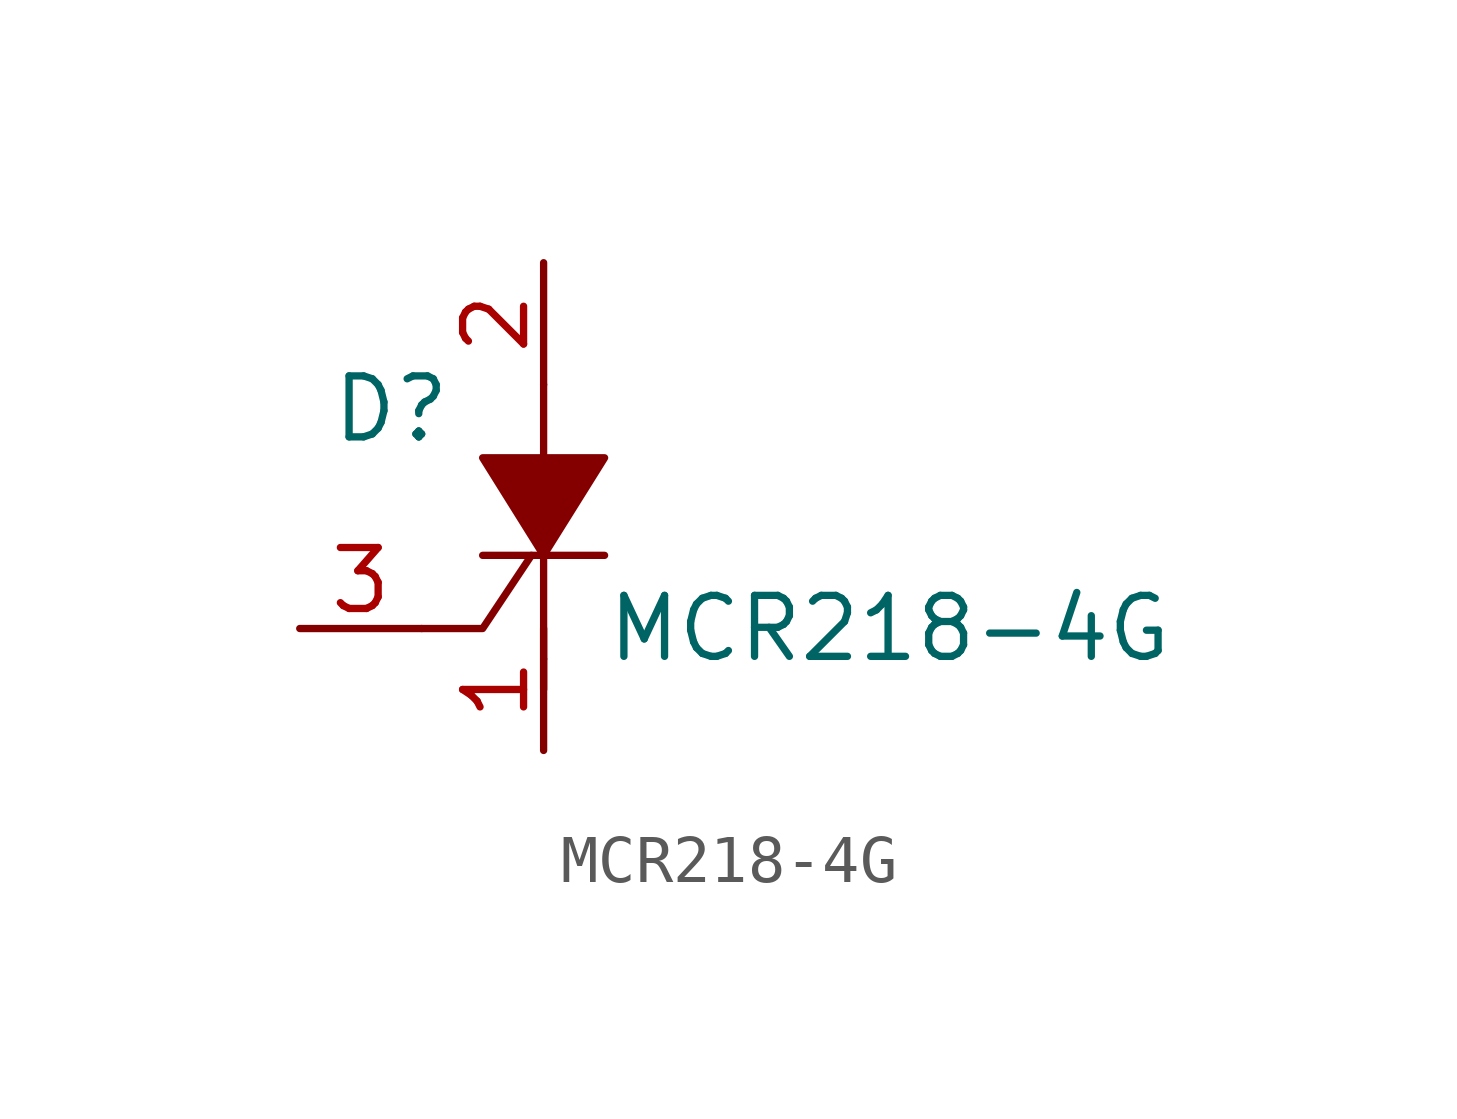
<source format=kicad_sym>
(kicad_symbol_lib
  (version 20201005)
  (generator kicad_symbol_editor)
  (symbol "MCR218-4G"
    (pin_names
      (offset 0) hide)
    (property "Reference" "D"
      (at -3.175 2.032 0)
      (effects (font (size 1.27 1.27))))
    (property "Value" "MCR218-4G"
      (at 1.27 -2.54 0)
      (effects (font (size 1.27 1.27)) (justify left)))
    (symbol "MCR218-4G_0_1"
      (polyline (pts (xy -1.27 -1.016) (xy 1.27 -1.016)) (stroke (width 0)) (fill (type none)))
      (polyline (pts (xy 0 -3.175) (xy 0 -3.81)) (stroke (width 0)) (fill (type none)))
      (polyline (pts (xy 0 -3.175) (xy 0 -0.635)) (stroke (width 0)) (fill (type none)))
      (polyline (pts (xy 0 0.635) (xy 0 2.54)) (stroke (width 0)) (fill (type none)))
      (polyline (pts (xy -0.254 -1.016) (xy -1.27 -2.54) (xy -2.54 -2.54)) (stroke (width 0)) (fill (type none)))
      (polyline (pts (xy 0 -1.016) (xy -1.27 1.016) (xy 1.27 1.016) (xy 0 -1.016)) (stroke (width 0)) (fill (type outline))))
    (symbol "MCR218-4G_1_1"
      (pin passive line (at 0 -5.08 90) (length 2.54) (name "C" (effects (font (size 1.27 1.27)))) (number "1" (effects (font (size 1.27 1.27)))))
      (pin passive line (at 0 5.08 270) (length 2.54) (name "A" (effects (font (size 1.27 1.27)))) (number "2" (effects (font (size 1.27 1.27)))))
      (pin input line (at -5.08 -2.54 0) (length 2.54) (name "G" (effects (font (size 1.27 1.27)))) (number "3" (effects (font (size 1.27 1.27))))))))
</source>
